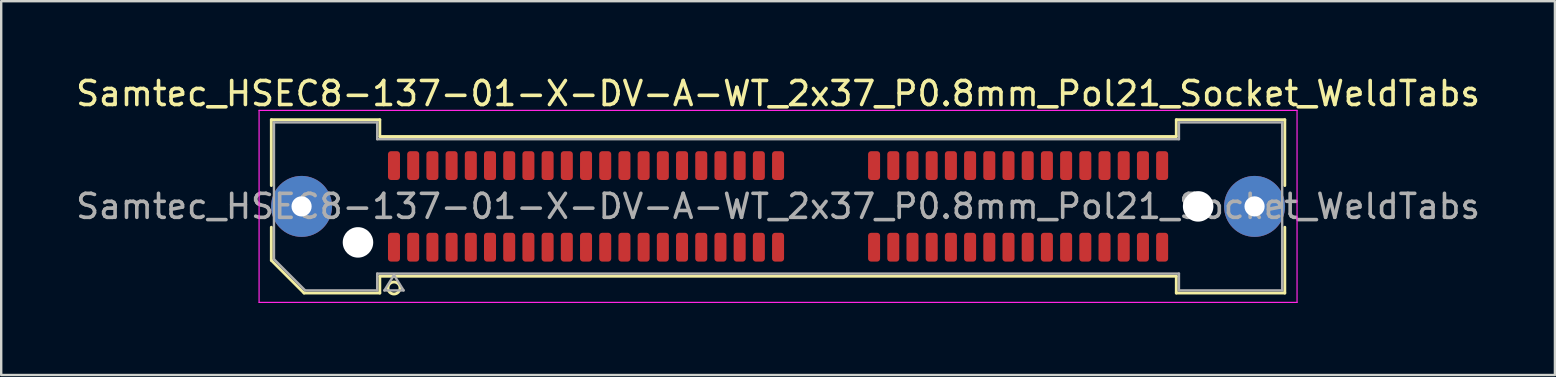
<source format=kicad_pcb>
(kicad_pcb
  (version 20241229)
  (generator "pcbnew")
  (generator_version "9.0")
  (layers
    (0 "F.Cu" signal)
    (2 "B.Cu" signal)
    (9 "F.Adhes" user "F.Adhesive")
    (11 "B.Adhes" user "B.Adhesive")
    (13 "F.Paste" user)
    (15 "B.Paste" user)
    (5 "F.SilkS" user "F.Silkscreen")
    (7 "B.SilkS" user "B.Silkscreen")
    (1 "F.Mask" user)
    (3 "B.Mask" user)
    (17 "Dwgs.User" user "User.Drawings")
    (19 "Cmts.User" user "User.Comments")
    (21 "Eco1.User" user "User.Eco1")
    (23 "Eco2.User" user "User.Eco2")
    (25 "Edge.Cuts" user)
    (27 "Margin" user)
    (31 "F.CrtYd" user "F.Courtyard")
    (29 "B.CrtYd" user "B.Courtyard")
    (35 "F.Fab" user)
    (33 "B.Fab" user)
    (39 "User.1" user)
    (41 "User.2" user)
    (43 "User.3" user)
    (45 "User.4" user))
  (footprint "Samtec_HSEC8-137-01-X-DV-A-WT_2x37_P0.8mm_Pol21_Socket_WeldTabs"
    (layer "F.Cu")
    (at 29.363 5.548)
    (property "Reference" "Samtec_HSEC8-137-01-X-DV-A-WT_2x37_P0.8mm_Pol21_Socket_WeldTabs" (at 0 -4.7 0) (layer "F.SilkS") (effects (font (size 1 1) (thickness 0.15))))
    (attr smd)
    (fp_line (start -21.11 -3.61) (end -16.59 -3.61) (stroke (width 0.12) (type solid)) (layer "F.SilkS"))
    (fp_line (start -21.11 -0.868) (end -21.11 -3.61) (stroke (width 0.12) (type solid)) (layer "F.SilkS"))
    (fp_line (start -21.11 2.246) (end -21.11 0.868) (stroke (width 0.12) (type solid)) (layer "F.SilkS"))
    (fp_line (start -19.746 3.61) (end -21.11 2.246) (stroke (width 0.12) (type solid)) (layer "F.SilkS"))
    (fp_line (start -16.59 -3.61) (end -16.59 -2.91) (stroke (width 0.12) (type solid)) (layer "F.SilkS"))
    (fp_line (start -16.59 -2.91) (end 16.59 -2.91) (stroke (width 0.12) (type solid)) (layer "F.SilkS"))
    (fp_line (start -16.59 2.91) (end -16.59 3.61) (stroke (width 0.12) (type solid)) (layer "F.SilkS"))
    (fp_line (start -16.59 3.61) (end -19.746 3.61) (stroke (width 0.12) (type solid)) (layer "F.SilkS"))
    (fp_line (start 16.59 -3.61) (end 21.11 -3.61) (stroke (width 0.12) (type solid)) (layer "F.SilkS"))
    (fp_line (start 16.59 -2.91) (end 16.59 -3.61) (stroke (width 0.12) (type solid)) (layer "F.SilkS"))
    (fp_line (start 16.59 2.91) (end -16.59 2.91) (stroke (width 0.12) (type solid)) (layer "F.SilkS"))
    (fp_line (start 16.59 3.61) (end 16.59 2.91) (stroke (width 0.12) (type solid)) (layer "F.SilkS"))
    (fp_line (start 21.11 -3.61) (end 21.11 -0.868) (stroke (width 0.12) (type solid)) (layer "F.SilkS"))
    (fp_line (start 21.11 0.868) (end 21.11 3.61) (stroke (width 0.12) (type solid)) (layer "F.SilkS"))
    (fp_line (start 21.11 3.61) (end 16.59 3.61) (stroke (width 0.12) (type solid)) (layer "F.SilkS"))
    (fp_arc (start -15.75 3.4) (mid -16.25 3.4) (end -15.75 3.4) (stroke (width 0.12) (type solid)) (layer "F.SilkS"))
    (fp_line (start -21.62 -4) (end -21.62 4) (stroke (width 0.05) (type solid)) (layer "F.CrtYd"))
    (fp_line (start -21.62 4) (end 21.62 4) (stroke (width 0.05) (type solid)) (layer "F.CrtYd"))
    (fp_line (start 21.62 -4) (end -21.62 -4) (stroke (width 0.05) (type solid)) (layer "F.CrtYd"))
    (fp_line (start 21.62 4) (end 21.62 -4) (stroke (width 0.05) (type solid)) (layer "F.CrtYd"))
    (fp_line (start -21 -3.5) (end -16.7 -3.5) (stroke (width 0.1) (type solid)) (layer "F.Fab"))
    (fp_line (start -21 2.2) (end -21 -3.5) (stroke (width 0.1) (type solid)) (layer "F.Fab"))
    (fp_line (start -19.7 3.5) (end -21 2.2) (stroke (width 0.1) (type solid)) (layer "F.Fab"))
    (fp_line (start -16.7 -3.5) (end -16.7 -2.8) (stroke (width 0.1) (type solid)) (layer "F.Fab"))
    (fp_line (start -16.7 -2.8) (end 16.7 -2.8) (stroke (width 0.1) (type solid)) (layer "F.Fab"))
    (fp_line (start -16.7 2.8) (end -16.7 3.5) (stroke (width 0.1) (type solid)) (layer "F.Fab"))
    (fp_line (start -16.7 3.5) (end -19.7 3.5) (stroke (width 0.1) (type solid)) (layer "F.Fab"))
    (fp_line (start -16.4 3.5) (end -16 2.86) (stroke (width 0.1) (type solid)) (layer "F.Fab"))
    (fp_line (start -16 2.86) (end -15.6 3.5) (stroke (width 0.1) (type solid)) (layer "F.Fab"))
    (fp_line (start -15.6 3.5) (end -16.4 3.5) (stroke (width 0.1) (type solid)) (layer "F.Fab"))
    (fp_line (start 16.7 -3.5) (end 21 -3.5) (stroke (width 0.1) (type solid)) (layer "F.Fab"))
    (fp_line (start 16.7 -2.8) (end 16.7 -3.5) (stroke (width 0.1) (type solid)) (layer "F.Fab"))
    (fp_line (start 16.7 2.8) (end -16.7 2.8) (stroke (width 0.1) (type solid)) (layer "F.Fab"))
    (fp_line (start 16.7 3.5) (end 16.7 2.8) (stroke (width 0.1) (type solid)) (layer "F.Fab"))
    (fp_line (start 21 -3.5) (end 21 3.5) (stroke (width 0.1) (type solid)) (layer "F.Fab"))
    (fp_line (start 21 3.5) (end 16.7 3.5) (stroke (width 0.1) (type solid)) (layer "F.Fab"))
    (fp_text user "${REFERENCE}" (at 0 0 0) (layer "F.Fab") (effects (font (size 1 1) (thickness 0.15))))
    (pad "" thru_hole circle (at -19.85 0) (size 2.54 2.54) (drill 0.84) (layers "*.Cu" "*.Mask" "F.Paste"))
    (pad "" np_thru_hole circle (at -17.5 1.5) (size 1.27 1.27) (drill 1.27) (layers "*.Cu" "*.Mask"))
    (pad "" np_thru_hole circle (at 17.5 0) (size 1.27 1.27) (drill 1.27) (layers "*.Cu" "*.Mask"))
    (pad "" thru_hole circle (at 19.85 0) (size 2.54 2.54) (drill 0.84) (layers "*.Cu" "*.Mask" "F.Paste"))
    (pad "1" smd roundrect (at -16 1.7) (size 0.5 1.2) (layers "F.Cu" "F.Mask" "F.Paste") (roundrect_rratio 0.25))
    (pad "2" smd roundrect (at -16 -1.7) (size 0.5 1.2) (layers "F.Cu" "F.Mask" "F.Paste") (roundrect_rratio 0.25))
    (pad "3" smd roundrect (at -15.2 1.7) (size 0.5 1.2) (layers "F.Cu" "F.Mask" "F.Paste") (roundrect_rratio 0.25))
    (pad "4" smd roundrect (at -15.2 -1.7) (size 0.5 1.2) (layers "F.Cu" "F.Mask" "F.Paste") (roundrect_rratio 0.25))
    (pad "5" smd roundrect (at -14.4 1.7) (size 0.5 1.2) (layers "F.Cu" "F.Mask" "F.Paste") (roundrect_rratio 0.25))
    (pad "6" smd roundrect (at -14.4 -1.7) (size 0.5 1.2) (layers "F.Cu" "F.Mask" "F.Paste") (roundrect_rratio 0.25))
    (pad "7" smd roundrect (at -13.6 1.7) (size 0.5 1.2) (layers "F.Cu" "F.Mask" "F.Paste") (roundrect_rratio 0.25))
    (pad "8" smd roundrect (at -13.6 -1.7) (size 0.5 1.2) (layers "F.Cu" "F.Mask" "F.Paste") (roundrect_rratio 0.25))
    (pad "9" smd roundrect (at -12.8 1.7) (size 0.5 1.2) (layers "F.Cu" "F.Mask" "F.Paste") (roundrect_rratio 0.25))
    (pad "10" smd roundrect (at -12.8 -1.7) (size 0.5 1.2) (layers "F.Cu" "F.Mask" "F.Paste") (roundrect_rratio 0.25))
    (pad "11" smd roundrect (at -12 1.7) (size 0.5 1.2) (layers "F.Cu" "F.Mask" "F.Paste") (roundrect_rratio 0.25))
    (pad "12" smd roundrect (at -12 -1.7) (size 0.5 1.2) (layers "F.Cu" "F.Mask" "F.Paste") (roundrect_rratio 0.25))
    (pad "13" smd roundrect (at -11.2 1.7) (size 0.5 1.2) (layers "F.Cu" "F.Mask" "F.Paste") (roundrect_rratio 0.25))
    (pad "14" smd roundrect (at -11.2 -1.7) (size 0.5 1.2) (layers "F.Cu" "F.Mask" "F.Paste") (roundrect_rratio 0.25))
    (pad "15" smd roundrect (at -10.4 1.7) (size 0.5 1.2) (layers "F.Cu" "F.Mask" "F.Paste") (roundrect_rratio 0.25))
    (pad "16" smd roundrect (at -10.4 -1.7) (size 0.5 1.2) (layers "F.Cu" "F.Mask" "F.Paste") (roundrect_rratio 0.25))
    (pad "17" smd roundrect (at -9.6 1.7) (size 0.5 1.2) (layers "F.Cu" "F.Mask" "F.Paste") (roundrect_rratio 0.25))
    (pad "18" smd roundrect (at -9.6 -1.7) (size 0.5 1.2) (layers "F.Cu" "F.Mask" "F.Paste") (roundrect_rratio 0.25))
    (pad "19" smd roundrect (at -8.8 1.7) (size 0.5 1.2) (layers "F.Cu" "F.Mask" "F.Paste") (roundrect_rratio 0.25))
    (pad "20" smd roundrect (at -8.8 -1.7) (size 0.5 1.2) (layers "F.Cu" "F.Mask" "F.Paste") (roundrect_rratio 0.25))
    (pad "21" smd roundrect (at -8 1.7) (size 0.5 1.2) (layers "F.Cu" "F.Mask" "F.Paste") (roundrect_rratio 0.25))
    (pad "22" smd roundrect (at -8 -1.7) (size 0.5 1.2) (layers "F.Cu" "F.Mask" "F.Paste") (roundrect_rratio 0.25))
    (pad "23" smd roundrect (at -7.2 1.7) (size 0.5 1.2) (layers "F.Cu" "F.Mask" "F.Paste") (roundrect_rratio 0.25))
    (pad "24" smd roundrect (at -7.2 -1.7) (size 0.5 1.2) (layers "F.Cu" "F.Mask" "F.Paste") (roundrect_rratio 0.25))
    (pad "25" smd roundrect (at -6.4 1.7) (size 0.5 1.2) (layers "F.Cu" "F.Mask" "F.Paste") (roundrect_rratio 0.25))
    (pad "26" smd roundrect (at -6.4 -1.7) (size 0.5 1.2) (layers "F.Cu" "F.Mask" "F.Paste") (roundrect_rratio 0.25))
    (pad "27" smd roundrect (at -5.6 1.7) (size 0.5 1.2) (layers "F.Cu" "F.Mask" "F.Paste") (roundrect_rratio 0.25))
    (pad "28" smd roundrect (at -5.6 -1.7) (size 0.5 1.2) (layers "F.Cu" "F.Mask" "F.Paste") (roundrect_rratio 0.25))
    (pad "29" smd roundrect (at -4.8 1.7) (size 0.5 1.2) (layers "F.Cu" "F.Mask" "F.Paste") (roundrect_rratio 0.25))
    (pad "30" smd roundrect (at -4.8 -1.7) (size 0.5 1.2) (layers "F.Cu" "F.Mask" "F.Paste") (roundrect_rratio 0.25))
    (pad "31" smd roundrect (at -4 1.7) (size 0.5 1.2) (layers "F.Cu" "F.Mask" "F.Paste") (roundrect_rratio 0.25))
    (pad "32" smd roundrect (at -4 -1.7) (size 0.5 1.2) (layers "F.Cu" "F.Mask" "F.Paste") (roundrect_rratio 0.25))
    (pad "33" smd roundrect (at -3.2 1.7) (size 0.5 1.2) (layers "F.Cu" "F.Mask" "F.Paste") (roundrect_rratio 0.25))
    (pad "34" smd roundrect (at -3.2 -1.7) (size 0.5 1.2) (layers "F.Cu" "F.Mask" "F.Paste") (roundrect_rratio 0.25))
    (pad "35" smd roundrect (at -2.4 1.7) (size 0.5 1.2) (layers "F.Cu" "F.Mask" "F.Paste") (roundrect_rratio 0.25))
    (pad "36" smd roundrect (at -2.4 -1.7) (size 0.5 1.2) (layers "F.Cu" "F.Mask" "F.Paste") (roundrect_rratio 0.25))
    (pad "37" smd roundrect (at -1.6 1.7) (size 0.5 1.2) (layers "F.Cu" "F.Mask" "F.Paste") (roundrect_rratio 0.25))
    (pad "38" smd roundrect (at -1.6 -1.7) (size 0.5 1.2) (layers "F.Cu" "F.Mask" "F.Paste") (roundrect_rratio 0.25))
    (pad "39" smd roundrect (at -0.8 1.7) (size 0.5 1.2) (layers "F.Cu" "F.Mask" "F.Paste") (roundrect_rratio 0.25))
    (pad "40" smd roundrect (at -0.8 -1.7) (size 0.5 1.2) (layers "F.Cu" "F.Mask" "F.Paste") (roundrect_rratio 0.25))
    (pad "41" smd roundrect (at 0 1.7) (size 0.5 1.2) (layers "F.Cu" "F.Mask" "F.Paste") (roundrect_rratio 0.25))
    (pad "42" smd roundrect (at 0 -1.7) (size 0.5 1.2) (layers "F.Cu" "F.Mask" "F.Paste") (roundrect_rratio 0.25))
    (pad "43" smd roundrect (at 4 1.7) (size 0.5 1.2) (layers "F.Cu" "F.Mask" "F.Paste") (roundrect_rratio 0.25))
    (pad "44" smd roundrect (at 4 -1.7) (size 0.5 1.2) (layers "F.Cu" "F.Mask" "F.Paste") (roundrect_rratio 0.25))
    (pad "45" smd roundrect (at 4.8 1.7) (size 0.5 1.2) (layers "F.Cu" "F.Mask" "F.Paste") (roundrect_rratio 0.25))
    (pad "46" smd roundrect (at 4.8 -1.7) (size 0.5 1.2) (layers "F.Cu" "F.Mask" "F.Paste") (roundrect_rratio 0.25))
    (pad "47" smd roundrect (at 5.6 1.7) (size 0.5 1.2) (layers "F.Cu" "F.Mask" "F.Paste") (roundrect_rratio 0.25))
    (pad "48" smd roundrect (at 5.6 -1.7) (size 0.5 1.2) (layers "F.Cu" "F.Mask" "F.Paste") (roundrect_rratio 0.25))
    (pad "49" smd roundrect (at 6.4 1.7) (size 0.5 1.2) (layers "F.Cu" "F.Mask" "F.Paste") (roundrect_rratio 0.25))
    (pad "50" smd roundrect (at 6.4 -1.7) (size 0.5 1.2) (layers "F.Cu" "F.Mask" "F.Paste") (roundrect_rratio 0.25))
    (pad "51" smd roundrect (at 7.2 1.7) (size 0.5 1.2) (layers "F.Cu" "F.Mask" "F.Paste") (roundrect_rratio 0.25))
    (pad "52" smd roundrect (at 7.2 -1.7) (size 0.5 1.2) (layers "F.Cu" "F.Mask" "F.Paste") (roundrect_rratio 0.25))
    (pad "53" smd roundrect (at 8 1.7) (size 0.5 1.2) (layers "F.Cu" "F.Mask" "F.Paste") (roundrect_rratio 0.25))
    (pad "54" smd roundrect (at 8 -1.7) (size 0.5 1.2) (layers "F.Cu" "F.Mask" "F.Paste") (roundrect_rratio 0.25))
    (pad "55" smd roundrect (at 8.8 1.7) (size 0.5 1.2) (layers "F.Cu" "F.Mask" "F.Paste") (roundrect_rratio 0.25))
    (pad "56" smd roundrect (at 8.8 -1.7) (size 0.5 1.2) (layers "F.Cu" "F.Mask" "F.Paste") (roundrect_rratio 0.25))
    (pad "57" smd roundrect (at 9.6 1.7) (size 0.5 1.2) (layers "F.Cu" "F.Mask" "F.Paste") (roundrect_rratio 0.25))
    (pad "58" smd roundrect (at 9.6 -1.7) (size 0.5 1.2) (layers "F.Cu" "F.Mask" "F.Paste") (roundrect_rratio 0.25))
    (pad "59" smd roundrect (at 10.4 1.7) (size 0.5 1.2) (layers "F.Cu" "F.Mask" "F.Paste") (roundrect_rratio 0.25))
    (pad "60" smd roundrect (at 10.4 -1.7) (size 0.5 1.2) (layers "F.Cu" "F.Mask" "F.Paste") (roundrect_rratio 0.25))
    (pad "61" smd roundrect (at 11.2 1.7) (size 0.5 1.2) (layers "F.Cu" "F.Mask" "F.Paste") (roundrect_rratio 0.25))
    (pad "62" smd roundrect (at 11.2 -1.7) (size 0.5 1.2) (layers "F.Cu" "F.Mask" "F.Paste") (roundrect_rratio 0.25))
    (pad "63" smd roundrect (at 12 1.7) (size 0.5 1.2) (layers "F.Cu" "F.Mask" "F.Paste") (roundrect_rratio 0.25))
    (pad "64" smd roundrect (at 12 -1.7) (size 0.5 1.2) (layers "F.Cu" "F.Mask" "F.Paste") (roundrect_rratio 0.25))
    (pad "65" smd roundrect (at 12.8 1.7) (size 0.5 1.2) (layers "F.Cu" "F.Mask" "F.Paste") (roundrect_rratio 0.25))
    (pad "66" smd roundrect (at 12.8 -1.7) (size 0.5 1.2) (layers "F.Cu" "F.Mask" "F.Paste") (roundrect_rratio 0.25))
    (pad "67" smd roundrect (at 13.6 1.7) (size 0.5 1.2) (layers "F.Cu" "F.Mask" "F.Paste") (roundrect_rratio 0.25))
    (pad "68" smd roundrect (at 13.6 -1.7) (size 0.5 1.2) (layers "F.Cu" "F.Mask" "F.Paste") (roundrect_rratio 0.25))
    (pad "69" smd roundrect (at 14.4 1.7) (size 0.5 1.2) (layers "F.Cu" "F.Mask" "F.Paste") (roundrect_rratio 0.25))
    (pad "70" smd roundrect (at 14.4 -1.7) (size 0.5 1.2) (layers "F.Cu" "F.Mask" "F.Paste") (roundrect_rratio 0.25))
    (pad "71" smd roundrect (at 15.2 1.7) (size 0.5 1.2) (layers "F.Cu" "F.Mask" "F.Paste") (roundrect_rratio 0.25))
    (pad "72" smd roundrect (at 15.2 -1.7) (size 0.5 1.2) (layers "F.Cu" "F.Mask" "F.Paste") (roundrect_rratio 0.25))
    (pad "73" smd roundrect (at 16 1.7) (size 0.5 1.2) (layers "F.Cu" "F.Mask" "F.Paste") (roundrect_rratio 0.25))
    (pad "74" smd roundrect (at 16 -1.7) (size 0.5 1.2) (layers "F.Cu" "F.Mask" "F.Paste") (roundrect_rratio 0.25)))
  (gr_rect
    (start -3 -3)
    (end 61.726 12.573)
    (stroke (width 0.1) (type default))
    (fill no)
    (layer "Edge.Cuts")))
</source>
